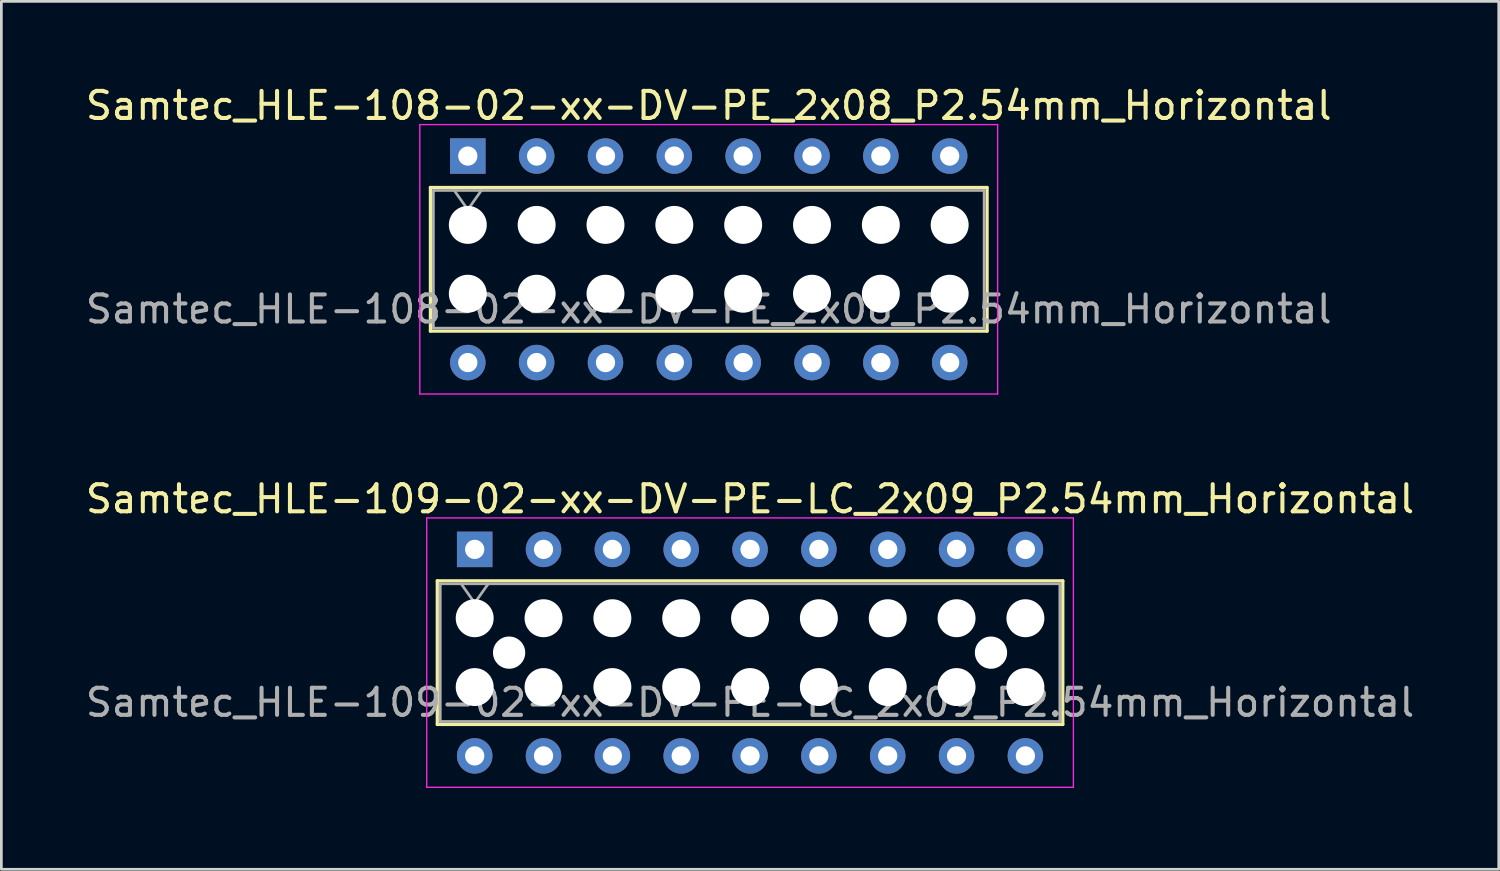
<source format=kicad_pcb>
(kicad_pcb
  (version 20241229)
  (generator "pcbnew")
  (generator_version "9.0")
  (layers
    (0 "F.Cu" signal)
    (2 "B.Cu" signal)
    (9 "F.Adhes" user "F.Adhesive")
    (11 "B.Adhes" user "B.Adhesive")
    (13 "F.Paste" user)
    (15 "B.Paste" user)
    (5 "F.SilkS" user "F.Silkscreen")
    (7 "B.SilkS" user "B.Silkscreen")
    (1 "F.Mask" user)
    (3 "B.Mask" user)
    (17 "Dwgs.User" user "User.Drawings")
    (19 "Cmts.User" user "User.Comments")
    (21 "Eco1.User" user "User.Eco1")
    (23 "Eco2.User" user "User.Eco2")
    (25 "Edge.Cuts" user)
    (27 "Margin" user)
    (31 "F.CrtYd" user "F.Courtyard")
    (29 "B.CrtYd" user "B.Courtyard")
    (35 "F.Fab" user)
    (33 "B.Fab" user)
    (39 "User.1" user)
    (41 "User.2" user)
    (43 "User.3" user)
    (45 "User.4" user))
  (footprint "Samtec_HLE-108-02-xx-DV-PE_2x08_P2.54mm_Horizontal"
    (layer "F.Cu")
    (at 14.211 2.708)
    (property "Reference" "Samtec_HLE-108-02-xx-DV-PE_2x08_P2.54mm_Horizontal" (at 8.89 -1.86 0) (layer "F.SilkS") (effects (font (size 1 1) (thickness 0.15))))
    (attr through_hole)
    (fp_line (start -1.38 1.16) (end 19.16 1.16) (stroke (width 0.12) (type solid)) (layer "F.SilkS"))
    (fp_line (start -1.38 6.46) (end -1.38 1.16) (stroke (width 0.12) (type solid)) (layer "F.SilkS"))
    (fp_line (start 19.16 1.16) (end 19.16 6.46) (stroke (width 0.12) (type solid)) (layer "F.SilkS"))
    (fp_line (start 19.16 6.46) (end -1.38 6.46) (stroke (width 0.12) (type solid)) (layer "F.SilkS"))
    (fp_line (start -1.77 -1.16) (end 19.55 -1.16) (stroke (width 0.05) (type solid)) (layer "F.CrtYd"))
    (fp_line (start -1.77 8.78) (end -1.77 -1.16) (stroke (width 0.05) (type solid)) (layer "F.CrtYd"))
    (fp_line (start 19.55 -1.16) (end 19.55 8.78) (stroke (width 0.05) (type solid)) (layer "F.CrtYd"))
    (fp_line (start 19.55 8.78) (end -1.77 8.78) (stroke (width 0.05) (type solid)) (layer "F.CrtYd"))
    (fp_line (start -1.27 1.27) (end 19.05 1.27) (stroke (width 0.1) (type solid)) (layer "F.Fab"))
    (fp_line (start -1.27 6.35) (end -1.27 1.27) (stroke (width 0.1) (type solid)) (layer "F.Fab"))
    (fp_line (start -0.5 1.27) (end 0 1.977) (stroke (width 0.1) (type solid)) (layer "F.Fab"))
    (fp_line (start 0 1.977) (end 0.5 1.27) (stroke (width 0.1) (type solid)) (layer "F.Fab"))
    (fp_line (start 19.05 1.27) (end 19.05 6.35) (stroke (width 0.1) (type solid)) (layer "F.Fab"))
    (fp_line (start 19.05 6.35) (end -1.27 6.35) (stroke (width 0.1) (type solid)) (layer "F.Fab"))
    (fp_text user "${REFERENCE}" (at 8.89 5.65 0) (layer "F.Fab") (effects (font (size 1 1) (thickness 0.15))))
    (pad "" np_thru_hole circle (at 0 2.54) (size 1.4 1.4) (drill 1.4) (layers "*.Cu" "*.Mask"))
    (pad "" np_thru_hole circle (at 0 5.08) (size 1.4 1.4) (drill 1.4) (layers "*.Cu" "*.Mask"))
    (pad "" np_thru_hole circle (at 2.54 2.54) (size 1.4 1.4) (drill 1.4) (layers "*.Cu" "*.Mask"))
    (pad "" np_thru_hole circle (at 2.54 5.08) (size 1.4 1.4) (drill 1.4) (layers "*.Cu" "*.Mask"))
    (pad "" np_thru_hole circle (at 5.08 2.54) (size 1.4 1.4) (drill 1.4) (layers "*.Cu" "*.Mask"))
    (pad "" np_thru_hole circle (at 5.08 5.08) (size 1.4 1.4) (drill 1.4) (layers "*.Cu" "*.Mask"))
    (pad "" np_thru_hole circle (at 7.62 2.54) (size 1.4 1.4) (drill 1.4) (layers "*.Cu" "*.Mask"))
    (pad "" np_thru_hole circle (at 7.62 5.08) (size 1.4 1.4) (drill 1.4) (layers "*.Cu" "*.Mask"))
    (pad "" np_thru_hole circle (at 10.16 2.54) (size 1.4 1.4) (drill 1.4) (layers "*.Cu" "*.Mask"))
    (pad "" np_thru_hole circle (at 10.16 5.08) (size 1.4 1.4) (drill 1.4) (layers "*.Cu" "*.Mask"))
    (pad "" np_thru_hole circle (at 12.7 2.54) (size 1.4 1.4) (drill 1.4) (layers "*.Cu" "*.Mask"))
    (pad "" np_thru_hole circle (at 12.7 5.08) (size 1.4 1.4) (drill 1.4) (layers "*.Cu" "*.Mask"))
    (pad "" np_thru_hole circle (at 15.24 2.54) (size 1.4 1.4) (drill 1.4) (layers "*.Cu" "*.Mask"))
    (pad "" np_thru_hole circle (at 15.24 5.08) (size 1.4 1.4) (drill 1.4) (layers "*.Cu" "*.Mask"))
    (pad "" np_thru_hole circle (at 17.78 2.54) (size 1.4 1.4) (drill 1.4) (layers "*.Cu" "*.Mask"))
    (pad "" np_thru_hole circle (at 17.78 5.08) (size 1.4 1.4) (drill 1.4) (layers "*.Cu" "*.Mask"))
    (pad "1" thru_hole rect (at 0 0) (size 1.31 1.31) (drill 0.71) (layers "*.Cu" "*.Mask"))
    (pad "2" thru_hole circle (at 0 7.62) (size 1.31 1.31) (drill 0.71) (layers "*.Cu" "*.Mask"))
    (pad "3" thru_hole circle (at 2.54 0) (size 1.31 1.31) (drill 0.71) (layers "*.Cu" "*.Mask"))
    (pad "4" thru_hole circle (at 2.54 7.62) (size 1.31 1.31) (drill 0.71) (layers "*.Cu" "*.Mask"))
    (pad "5" thru_hole circle (at 5.08 0) (size 1.31 1.31) (drill 0.71) (layers "*.Cu" "*.Mask"))
    (pad "6" thru_hole circle (at 5.08 7.62) (size 1.31 1.31) (drill 0.71) (layers "*.Cu" "*.Mask"))
    (pad "7" thru_hole circle (at 7.62 0) (size 1.31 1.31) (drill 0.71) (layers "*.Cu" "*.Mask"))
    (pad "8" thru_hole circle (at 7.62 7.62) (size 1.31 1.31) (drill 0.71) (layers "*.Cu" "*.Mask"))
    (pad "9" thru_hole circle (at 10.16 0) (size 1.31 1.31) (drill 0.71) (layers "*.Cu" "*.Mask"))
    (pad "10" thru_hole circle (at 10.16 7.62) (size 1.31 1.31) (drill 0.71) (layers "*.Cu" "*.Mask"))
    (pad "11" thru_hole circle (at 12.7 0) (size 1.31 1.31) (drill 0.71) (layers "*.Cu" "*.Mask"))
    (pad "12" thru_hole circle (at 12.7 7.62) (size 1.31 1.31) (drill 0.71) (layers "*.Cu" "*.Mask"))
    (pad "13" thru_hole circle (at 15.24 0) (size 1.31 1.31) (drill 0.71) (layers "*.Cu" "*.Mask"))
    (pad "14" thru_hole circle (at 15.24 7.62) (size 1.31 1.31) (drill 0.71) (layers "*.Cu" "*.Mask"))
    (pad "15" thru_hole circle (at 17.78 0) (size 1.31 1.31) (drill 0.71) (layers "*.Cu" "*.Mask"))
    (pad "16" thru_hole circle (at 17.78 7.62) (size 1.31 1.31) (drill 0.71) (layers "*.Cu" "*.Mask")))
  (footprint "Samtec_HLE-109-02-xx-DV-PE-LC_2x09_P2.54mm_Horizontal"
    (layer "F.Cu")
    (at 14.465 17.221)
    (property "Reference" "Samtec_HLE-109-02-xx-DV-PE-LC_2x09_P2.54mm_Horizontal" (at 10.16 -1.86 0) (layer "F.SilkS") (effects (font (size 1 1) (thickness 0.15))))
    (attr through_hole)
    (fp_line (start -1.38 1.16) (end 21.7 1.16) (stroke (width 0.12) (type solid)) (layer "F.SilkS"))
    (fp_line (start -1.38 6.46) (end -1.38 1.16) (stroke (width 0.12) (type solid)) (layer "F.SilkS"))
    (fp_line (start 21.7 1.16) (end 21.7 6.46) (stroke (width 0.12) (type solid)) (layer "F.SilkS"))
    (fp_line (start 21.7 6.46) (end -1.38 6.46) (stroke (width 0.12) (type solid)) (layer "F.SilkS"))
    (fp_line (start -1.77 -1.16) (end 22.09 -1.16) (stroke (width 0.05) (type solid)) (layer "F.CrtYd"))
    (fp_line (start -1.77 8.78) (end -1.77 -1.16) (stroke (width 0.05) (type solid)) (layer "F.CrtYd"))
    (fp_line (start 22.09 -1.16) (end 22.09 8.78) (stroke (width 0.05) (type solid)) (layer "F.CrtYd"))
    (fp_line (start 22.09 8.78) (end -1.77 8.78) (stroke (width 0.05) (type solid)) (layer "F.CrtYd"))
    (fp_line (start -1.27 1.27) (end 21.59 1.27) (stroke (width 0.1) (type solid)) (layer "F.Fab"))
    (fp_line (start -1.27 6.35) (end -1.27 1.27) (stroke (width 0.1) (type solid)) (layer "F.Fab"))
    (fp_line (start -0.5 1.27) (end 0 1.977) (stroke (width 0.1) (type solid)) (layer "F.Fab"))
    (fp_line (start 0 1.977) (end 0.5 1.27) (stroke (width 0.1) (type solid)) (layer "F.Fab"))
    (fp_line (start 21.59 1.27) (end 21.59 6.35) (stroke (width 0.1) (type solid)) (layer "F.Fab"))
    (fp_line (start 21.59 6.35) (end -1.27 6.35) (stroke (width 0.1) (type solid)) (layer "F.Fab"))
    (fp_text user "${REFERENCE}" (at 10.16 5.65 0) (layer "F.Fab") (effects (font (size 1 1) (thickness 0.15))))
    (pad "" np_thru_hole circle (at 0 2.54) (size 1.4 1.4) (drill 1.4) (layers "*.Cu" "*.Mask"))
    (pad "" np_thru_hole circle (at 0 5.08) (size 1.4 1.4) (drill 1.4) (layers "*.Cu" "*.Mask"))
    (pad "" np_thru_hole circle (at 1.27 3.81) (size 1.19 1.19) (drill 1.19) (layers "*.Cu" "*.Mask"))
    (pad "" np_thru_hole circle (at 2.54 2.54) (size 1.4 1.4) (drill 1.4) (layers "*.Cu" "*.Mask"))
    (pad "" np_thru_hole circle (at 2.54 5.08) (size 1.4 1.4) (drill 1.4) (layers "*.Cu" "*.Mask"))
    (pad "" np_thru_hole circle (at 5.08 2.54) (size 1.4 1.4) (drill 1.4) (layers "*.Cu" "*.Mask"))
    (pad "" np_thru_hole circle (at 5.08 5.08) (size 1.4 1.4) (drill 1.4) (layers "*.Cu" "*.Mask"))
    (pad "" np_thru_hole circle (at 7.62 2.54) (size 1.4 1.4) (drill 1.4) (layers "*.Cu" "*.Mask"))
    (pad "" np_thru_hole circle (at 7.62 5.08) (size 1.4 1.4) (drill 1.4) (layers "*.Cu" "*.Mask"))
    (pad "" np_thru_hole circle (at 10.16 2.54) (size 1.4 1.4) (drill 1.4) (layers "*.Cu" "*.Mask"))
    (pad "" np_thru_hole circle (at 10.16 5.08) (size 1.4 1.4) (drill 1.4) (layers "*.Cu" "*.Mask"))
    (pad "" np_thru_hole circle (at 12.7 2.54) (size 1.4 1.4) (drill 1.4) (layers "*.Cu" "*.Mask"))
    (pad "" np_thru_hole circle (at 12.7 5.08) (size 1.4 1.4) (drill 1.4) (layers "*.Cu" "*.Mask"))
    (pad "" np_thru_hole circle (at 15.24 2.54) (size 1.4 1.4) (drill 1.4) (layers "*.Cu" "*.Mask"))
    (pad "" np_thru_hole circle (at 15.24 5.08) (size 1.4 1.4) (drill 1.4) (layers "*.Cu" "*.Mask"))
    (pad "" np_thru_hole circle (at 17.78 2.54) (size 1.4 1.4) (drill 1.4) (layers "*.Cu" "*.Mask"))
    (pad "" np_thru_hole circle (at 17.78 5.08) (size 1.4 1.4) (drill 1.4) (layers "*.Cu" "*.Mask"))
    (pad "" np_thru_hole circle (at 19.05 3.81) (size 1.19 1.19) (drill 1.19) (layers "*.Cu" "*.Mask"))
    (pad "" np_thru_hole circle (at 20.32 2.54) (size 1.4 1.4) (drill 1.4) (layers "*.Cu" "*.Mask"))
    (pad "" np_thru_hole circle (at 20.32 5.08) (size 1.4 1.4) (drill 1.4) (layers "*.Cu" "*.Mask"))
    (pad "1" thru_hole rect (at 0 0) (size 1.31 1.31) (drill 0.71) (layers "*.Cu" "*.Mask"))
    (pad "2" thru_hole circle (at 0 7.62) (size 1.31 1.31) (drill 0.71) (layers "*.Cu" "*.Mask"))
    (pad "3" thru_hole circle (at 2.54 0) (size 1.31 1.31) (drill 0.71) (layers "*.Cu" "*.Mask"))
    (pad "4" thru_hole circle (at 2.54 7.62) (size 1.31 1.31) (drill 0.71) (layers "*.Cu" "*.Mask"))
    (pad "5" thru_hole circle (at 5.08 0) (size 1.31 1.31) (drill 0.71) (layers "*.Cu" "*.Mask"))
    (pad "6" thru_hole circle (at 5.08 7.62) (size 1.31 1.31) (drill 0.71) (layers "*.Cu" "*.Mask"))
    (pad "7" thru_hole circle (at 7.62 0) (size 1.31 1.31) (drill 0.71) (layers "*.Cu" "*.Mask"))
    (pad "8" thru_hole circle (at 7.62 7.62) (size 1.31 1.31) (drill 0.71) (layers "*.Cu" "*.Mask"))
    (pad "9" thru_hole circle (at 10.16 0) (size 1.31 1.31) (drill 0.71) (layers "*.Cu" "*.Mask"))
    (pad "10" thru_hole circle (at 10.16 7.62) (size 1.31 1.31) (drill 0.71) (layers "*.Cu" "*.Mask"))
    (pad "11" thru_hole circle (at 12.7 0) (size 1.31 1.31) (drill 0.71) (layers "*.Cu" "*.Mask"))
    (pad "12" thru_hole circle (at 12.7 7.62) (size 1.31 1.31) (drill 0.71) (layers "*.Cu" "*.Mask"))
    (pad "13" thru_hole circle (at 15.24 0) (size 1.31 1.31) (drill 0.71) (layers "*.Cu" "*.Mask"))
    (pad "14" thru_hole circle (at 15.24 7.62) (size 1.31 1.31) (drill 0.71) (layers "*.Cu" "*.Mask"))
    (pad "15" thru_hole circle (at 17.78 0) (size 1.31 1.31) (drill 0.71) (layers "*.Cu" "*.Mask"))
    (pad "16" thru_hole circle (at 17.78 7.62) (size 1.31 1.31) (drill 0.71) (layers "*.Cu" "*.Mask"))
    (pad "17" thru_hole circle (at 20.32 0) (size 1.31 1.31) (drill 0.71) (layers "*.Cu" "*.Mask"))
    (pad "18" thru_hole circle (at 20.32 7.62) (size 1.31 1.31) (drill 0.71) (layers "*.Cu" "*.Mask")))
  (gr_rect
    (start -3 -3)
    (end 52.25 29.026)
    (stroke (width 0.1) (type default))
    (fill no)
    (layer "Edge.Cuts")))
</source>
